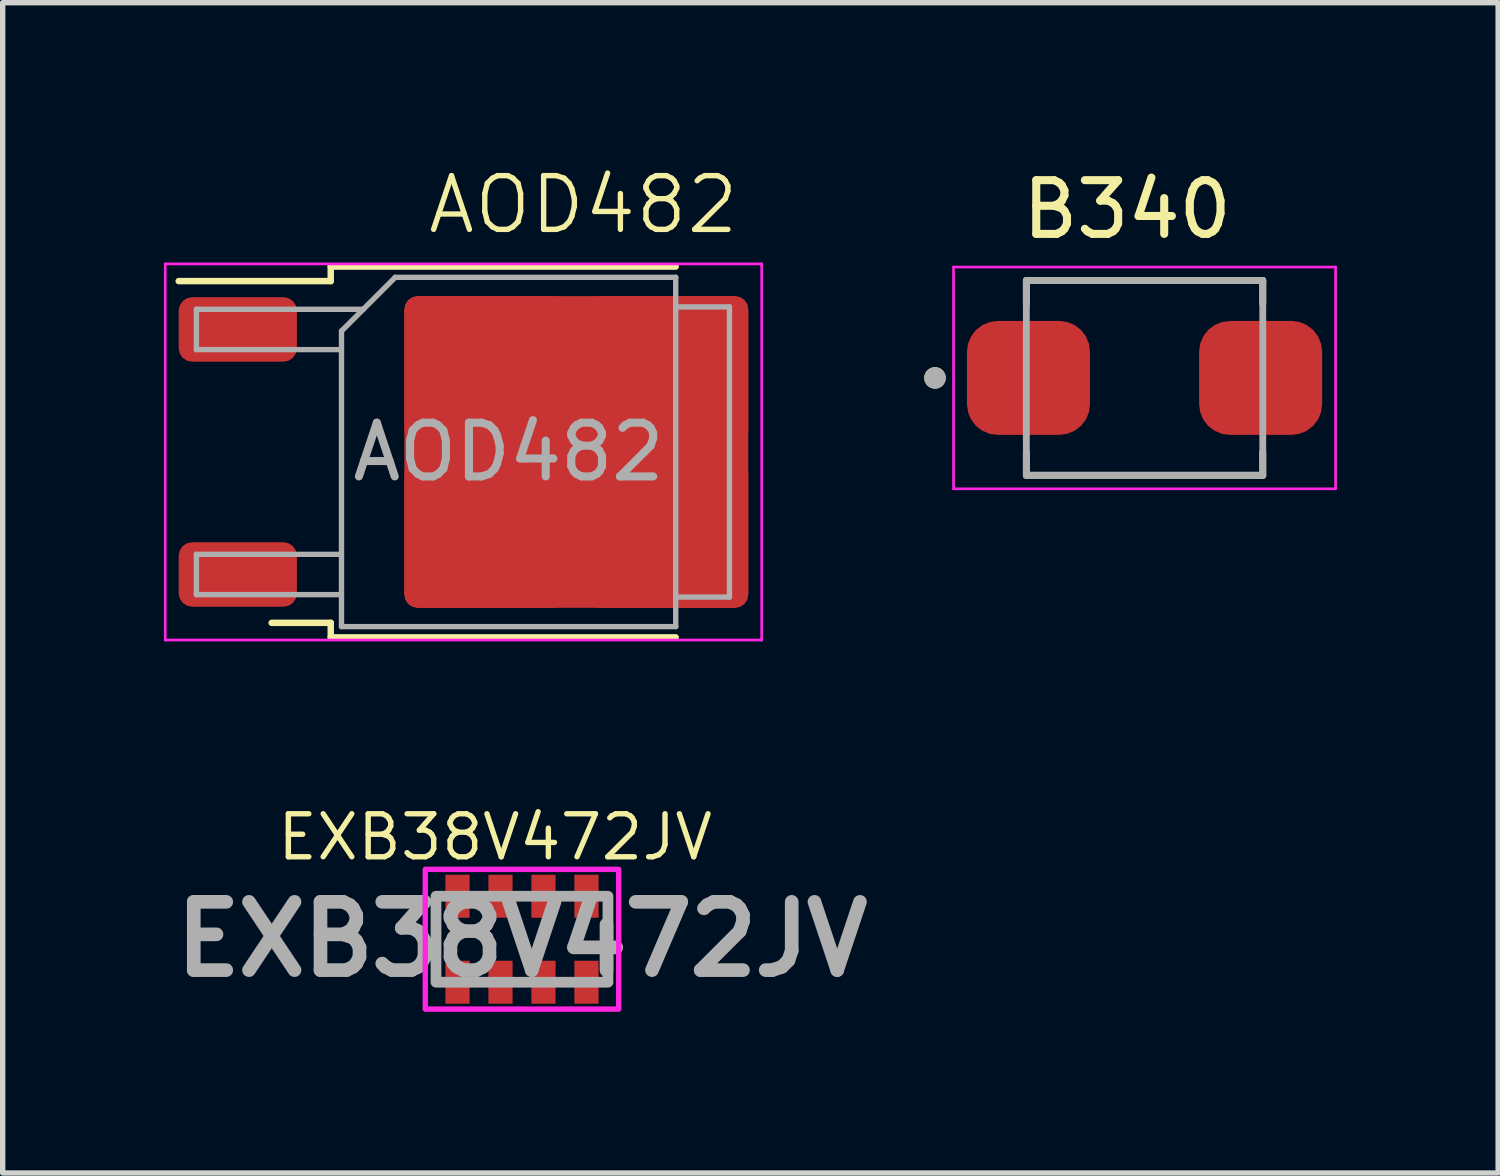
<source format=kicad_pcb>
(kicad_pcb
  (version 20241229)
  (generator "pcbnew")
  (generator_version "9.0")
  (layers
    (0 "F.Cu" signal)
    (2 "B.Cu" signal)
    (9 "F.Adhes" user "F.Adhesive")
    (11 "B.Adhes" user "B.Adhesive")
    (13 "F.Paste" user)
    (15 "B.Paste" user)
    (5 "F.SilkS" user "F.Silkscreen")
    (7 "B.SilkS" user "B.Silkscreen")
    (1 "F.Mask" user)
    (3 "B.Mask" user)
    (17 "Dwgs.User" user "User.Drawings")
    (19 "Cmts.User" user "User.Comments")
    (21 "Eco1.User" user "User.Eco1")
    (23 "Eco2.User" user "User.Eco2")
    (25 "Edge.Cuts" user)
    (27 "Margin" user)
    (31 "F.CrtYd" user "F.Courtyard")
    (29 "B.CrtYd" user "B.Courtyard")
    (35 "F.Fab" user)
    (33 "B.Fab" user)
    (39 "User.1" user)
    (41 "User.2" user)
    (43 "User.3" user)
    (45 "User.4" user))
  (footprint "AOD482"
    (layer "F.Cu")
    (at 5.525 5.361)
    (property "Reference" "AOD482" (at 2.28 -4.6 0) (unlocked yes) (layer "F.SilkS") (effects (font (size 1 1) (thickness 0.1))))
    (attr smd)
    (fp_line (start -2.42 -3.45) (end -2.42 -3.18) (stroke (width 0.12) (type solid)) (layer "F.SilkS"))
    (fp_line (start -2.42 -3.18) (end -5.25 -3.18) (stroke (width 0.12) (type solid)) (layer "F.SilkS"))
    (fp_line (start -2.42 3.18) (end -3.52 3.18) (stroke (width 0.12) (type solid)) (layer "F.SilkS"))
    (fp_line (start -2.42 3.45) (end -2.42 3.18) (stroke (width 0.12) (type solid)) (layer "F.SilkS"))
    (fp_line (start 4 -3.45) (end -2.42 -3.45) (stroke (width 0.12) (type solid)) (layer "F.SilkS"))
    (fp_line (start 4 3.45) (end -2.42 3.45) (stroke (width 0.12) (type solid)) (layer "F.SilkS"))
    (fp_line (start -5.5 -3.5) (end -5.5 3.5) (stroke (width 0.05) (type solid)) (layer "F.CrtYd"))
    (fp_line (start -5.5 3.5) (end 5.6 3.5) (stroke (width 0.05) (type solid)) (layer "F.CrtYd"))
    (fp_line (start 5.6 -3.5) (end -5.5 -3.5) (stroke (width 0.05) (type solid)) (layer "F.CrtYd"))
    (fp_line (start 5.6 3.5) (end 5.6 -3.5) (stroke (width 0.05) (type solid)) (layer "F.CrtYd"))
    (fp_line (start -4.92 -2.655) (end -4.92 -1.905) (stroke (width 0.1) (type solid)) (layer "F.Fab"))
    (fp_line (start -4.92 -1.905) (end -2.22 -1.905) (stroke (width 0.1) (type solid)) (layer "F.Fab"))
    (fp_line (start -4.92 1.905) (end -4.92 2.655) (stroke (width 0.1) (type solid)) (layer "F.Fab"))
    (fp_line (start -4.92 2.655) (end -2.22 2.655) (stroke (width 0.1) (type solid)) (layer "F.Fab"))
    (fp_line (start -2.22 -2.25) (end -1.22 -3.25) (stroke (width 0.1) (type solid)) (layer "F.Fab"))
    (fp_line (start -2.22 1.905) (end -4.92 1.905) (stroke (width 0.1) (type solid)) (layer "F.Fab"))
    (fp_line (start -2.22 3.25) (end -2.22 -2.25) (stroke (width 0.1) (type solid)) (layer "F.Fab"))
    (fp_line (start -1.815 -2.655) (end -4.92 -2.655) (stroke (width 0.1) (type solid)) (layer "F.Fab"))
    (fp_line (start -1.22 -3.25) (end 4 -3.25) (stroke (width 0.1) (type solid)) (layer "F.Fab"))
    (fp_line (start 4 -3.25) (end 4 3.25) (stroke (width 0.1) (type solid)) (layer "F.Fab"))
    (fp_line (start 4 -2.7) (end 5 -2.7) (stroke (width 0.1) (type solid)) (layer "F.Fab"))
    (fp_line (start 4 3.25) (end -2.22 3.25) (stroke (width 0.1) (type solid)) (layer "F.Fab"))
    (fp_line (start 5 -2.7) (end 5 2.7) (stroke (width 0.1) (type solid)) (layer "F.Fab"))
    (fp_line (start 5 2.7) (end 4 2.7) (stroke (width 0.1) (type solid)) (layer "F.Fab"))
    (fp_text user "${REFERENCE}" (at 0.89 0 0) (layer "F.Fab") (effects (font (size 1 1) (thickness 0.15))))
    (pad "1" smd roundrect (at 0.475 -1.525) (size 3.05 2.75) (layers "F.Cu" "F.Paste") (roundrect_rratio 0.091))
    (pad "1" smd roundrect (at 0.475 1.525) (size 3.05 2.75) (layers "F.Cu" "F.Paste") (roundrect_rratio 0.091))
    (pad "1" smd roundrect (at 2.15 0) (size 6.4 5.8) (layers "F.Cu" "F.Mask") (roundrect_rratio 0.043))
    (pad "1" smd roundrect (at 3.825 -1.525) (size 3.05 2.75) (layers "F.Cu" "F.Paste") (roundrect_rratio 0.091))
    (pad "1" smd roundrect (at 3.825 1.525) (size 3.05 2.75) (layers "F.Cu" "F.Paste") (roundrect_rratio 0.091))
    (pad "2" smd roundrect (at -4.15 -2.28) (size 2.2 1.2) (layers "F.Cu" "F.Mask" "F.Paste") (roundrect_rratio 0.208))
    (pad "3" smd roundrect (at -4.15 2.28) (size 2.2 1.2) (layers "F.Cu" "F.Mask" "F.Paste") (roundrect_rratio 0.208)))
  (footprint "B340"
    (layer "F.Cu")
    (at 18.25 3.983)
    (property "Reference" "B340" (at -0.325 -3.135 0) (layer "F.SilkS") (effects (font (size 1 1) (thickness 0.15))))
    (attr smd)
    (fp_line (start -2.2 -1.812) (end -2.2 -1.38) (stroke (width 0.127) (type solid)) (layer "F.SilkS"))
    (fp_line (start -2.2 1.38) (end -2.2 1.812) (stroke (width 0.127) (type solid)) (layer "F.SilkS"))
    (fp_line (start -2.2 1.812) (end 2.2 1.812) (stroke (width 0.127) (type solid)) (layer "F.SilkS"))
    (fp_line (start 2.2 -1.812) (end -2.2 -1.812) (stroke (width 0.127) (type solid)) (layer "F.SilkS"))
    (fp_line (start 2.2 -1.812) (end 2.2 -1.38) (stroke (width 0.127) (type solid)) (layer "F.SilkS"))
    (fp_line (start 2.2 1.38) (end 2.2 1.812) (stroke (width 0.127) (type solid)) (layer "F.SilkS"))
    (fp_circle (center -3.9 0) (end -3.8 0) (stroke (width 0.2) (type solid)) (fill no) (layer "F.SilkS"))
    (fp_line (start -3.555 -2.063) (end -3.555 2.063) (stroke (width 0.05) (type solid)) (layer "F.CrtYd"))
    (fp_line (start -3.555 2.063) (end 3.555 2.063) (stroke (width 0.05) (type solid)) (layer "F.CrtYd"))
    (fp_line (start 3.555 -2.063) (end -3.555 -2.063) (stroke (width 0.05) (type solid)) (layer "F.CrtYd"))
    (fp_line (start 3.555 2.063) (end 3.555 -2.063) (stroke (width 0.05) (type solid)) (layer "F.CrtYd"))
    (fp_line (start -2.2 -1.812) (end -2.2 1.812) (stroke (width 0.127) (type solid)) (layer "F.Fab"))
    (fp_line (start -2.2 1.812) (end 2.2 1.812) (stroke (width 0.127) (type solid)) (layer "F.Fab"))
    (fp_line (start 2.2 -1.812) (end -2.2 -1.812) (stroke (width 0.127) (type solid)) (layer "F.Fab"))
    (fp_line (start 2.2 1.812) (end 2.2 -1.812) (stroke (width 0.127) (type solid)) (layer "F.Fab"))
    (fp_circle (center -3.9 0) (end -3.8 0) (stroke (width 0.2) (type solid)) (fill no) (layer "F.Fab"))
    (pad "1" smd roundrect (at -2.16 0) (size 2.29 2.12) (layers "F.Cu" "F.Mask" "F.Paste") (roundrect_rratio 0.27))
    (pad "2" smd roundrect (at 2.16 0) (size 2.29 2.12) (layers "F.Cu" "F.Mask" "F.Paste") (roundrect_rratio 0.27)))
  (footprint "EXB38V472JV"
    (layer "F.Cu")
    (at 6.664 14.429)
    (property "Reference" "EXB38V472JV" (at -0.5 -1.9 0) (layer "F.SilkS") (effects (font (size 0.8 0.8) (thickness 0.1))))
    (attr smd)
    (fp_line (start -1.6 -0.8) (end -1.6 0.8) (stroke (width 0.1) (type solid)) (layer "F.SilkS"))
    (fp_line (start 1.6 -0.8) (end 1.6 0.8) (stroke (width 0.1) (type solid)) (layer "F.SilkS"))
    (fp_rect (start -1.8 -1.3) (end 1.8 1.3) (stroke (width 0.1) (type solid)) (fill no) (layer "F.CrtYd"))
    (fp_rect (start -1.6 -0.8) (end 1.6 0.8) (stroke (width 0.2) (type solid)) (fill no) (layer "F.Fab"))
    (fp_text user "${REFERENCE}" (at 0 0 0) (layer "F.Fab") (effects (font (size 1.27 1.27) (thickness 0.254))))
    (pad "1" smd rect (at -1.2 0.8) (size 0.45 0.8) (layers "F.Cu" "F.Mask" "F.Paste"))
    (pad "2" smd rect (at -0.4 0.8) (size 0.45 0.8) (layers "F.Cu" "F.Mask" "F.Paste"))
    (pad "3" smd rect (at 0.4 0.8) (size 0.45 0.8) (layers "F.Cu" "F.Mask" "F.Paste"))
    (pad "4" smd rect (at 1.2 0.8) (size 0.45 0.8) (layers "F.Cu" "F.Mask" "F.Paste"))
    (pad "5" smd rect (at 1.2 -0.8) (size 0.45 0.8) (layers "F.Cu" "F.Mask" "F.Paste"))
    (pad "6" smd rect (at 0.4 -0.8) (size 0.45 0.8) (layers "F.Cu" "F.Mask" "F.Paste"))
    (pad "7" smd rect (at -0.4 -0.8) (size 0.45 0.8) (layers "F.Cu" "F.Mask" "F.Paste"))
    (pad "8" smd rect (at -1.2 -0.8) (size 0.45 0.8) (layers "F.Cu" "F.Mask" "F.Paste")))
  (gr_rect
    (start -3 -3)
    (end 24.83 18.779)
    (stroke (width 0.1) (type default))
    (fill no)
    (layer "Edge.Cuts")))
</source>
